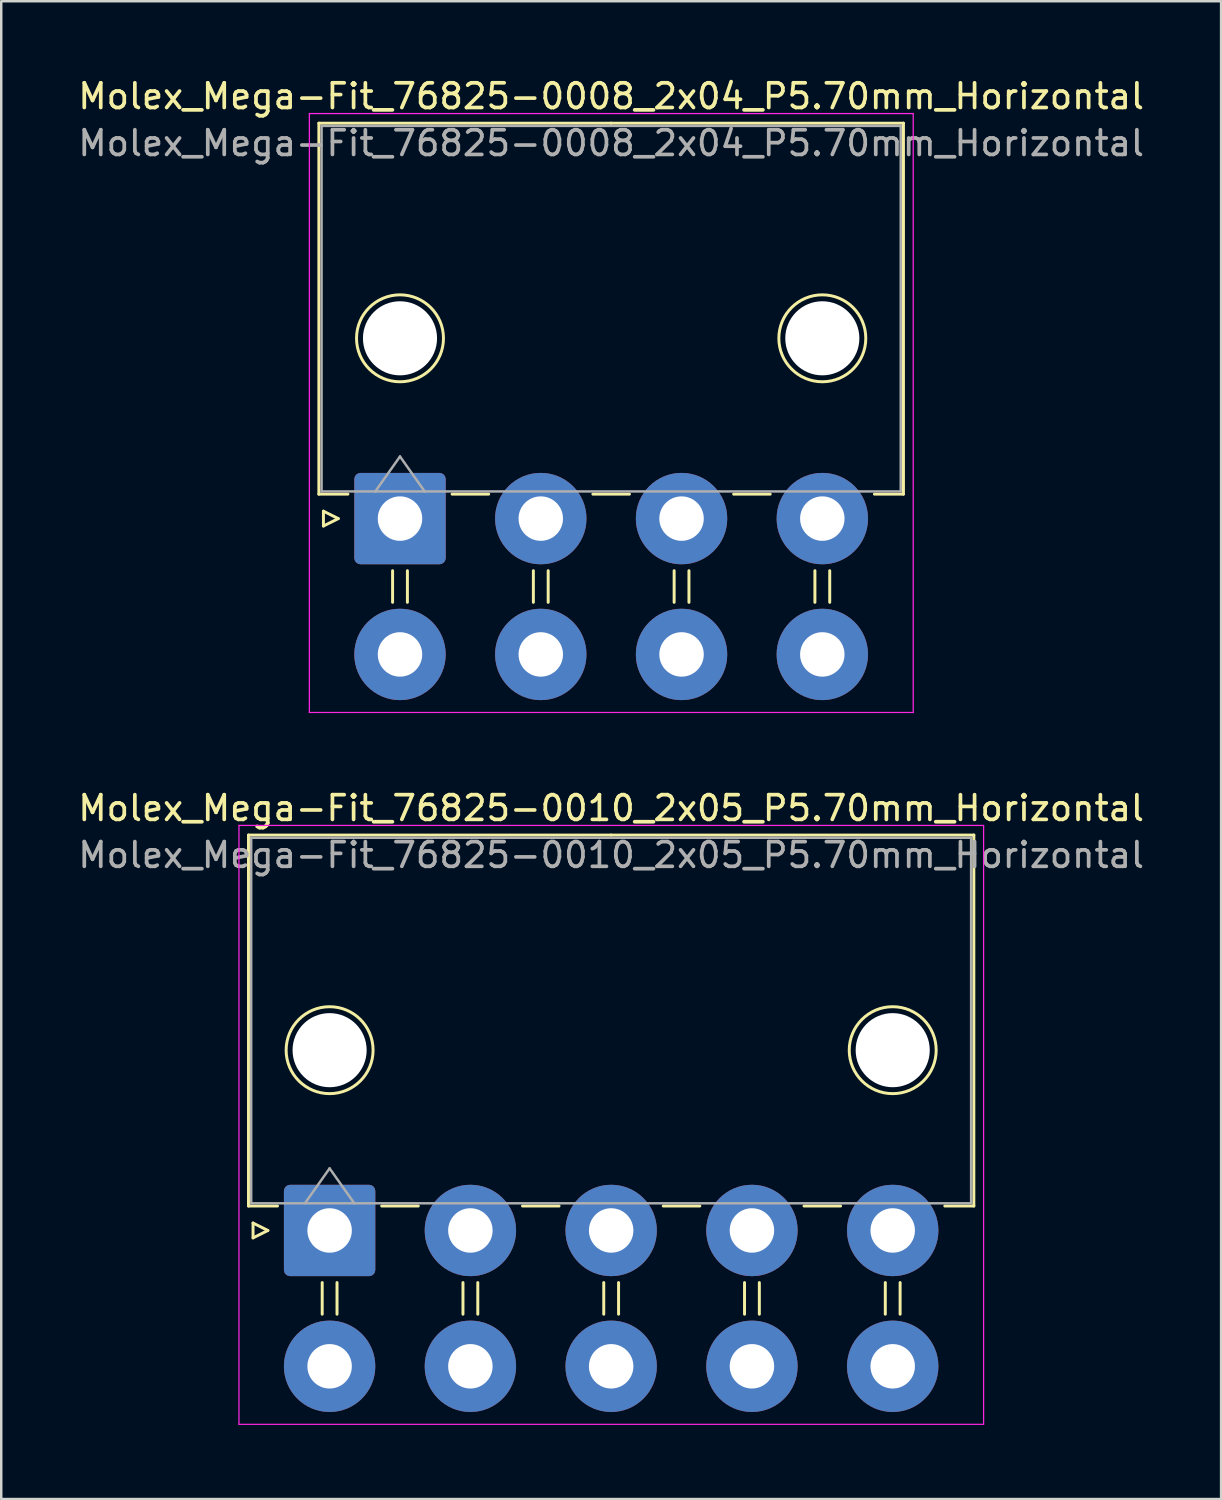
<source format=kicad_pcb>
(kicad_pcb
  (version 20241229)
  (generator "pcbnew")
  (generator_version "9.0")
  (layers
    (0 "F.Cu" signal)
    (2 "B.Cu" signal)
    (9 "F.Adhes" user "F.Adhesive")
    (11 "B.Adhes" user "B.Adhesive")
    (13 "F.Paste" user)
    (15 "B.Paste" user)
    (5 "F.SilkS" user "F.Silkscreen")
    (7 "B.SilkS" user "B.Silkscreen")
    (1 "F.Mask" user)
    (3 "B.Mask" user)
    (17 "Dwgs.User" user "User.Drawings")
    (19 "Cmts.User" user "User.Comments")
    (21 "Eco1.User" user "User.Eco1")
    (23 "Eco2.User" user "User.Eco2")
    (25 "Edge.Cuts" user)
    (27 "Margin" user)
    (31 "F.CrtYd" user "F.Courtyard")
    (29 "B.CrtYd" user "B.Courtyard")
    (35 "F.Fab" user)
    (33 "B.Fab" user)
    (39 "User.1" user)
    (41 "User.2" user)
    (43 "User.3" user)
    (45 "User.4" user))
  (footprint "Molex_Mega-Fit_76825-0008_2x04_P5.70mm_Horizontal"
    (layer "F.Cu")
    (at 13.146 17.948)
    (property "Reference" "Molex_Mega-Fit_76825-0008_2x04_P5.70mm_Horizontal" (at 8.55 -17.1 0) (layer "F.SilkS") (effects (font (size 1 1) (thickness 0.15))))
    (attr through_hole)
    (fp_line (start -3.285 -16.01) (end -3.285 -0.99) (stroke (width 0.12) (type solid)) (layer "F.SilkS"))
    (fp_line (start -3.285 -0.99) (end -2.11 -0.99) (stroke (width 0.12) (type solid)) (layer "F.SilkS"))
    (fp_line (start -3.1 -0.3) (end -2.5 0) (stroke (width 0.12) (type solid)) (layer "F.SilkS"))
    (fp_line (start -3.1 0.3) (end -3.1 -0.3) (stroke (width 0.12) (type solid)) (layer "F.SilkS"))
    (fp_line (start -2.5 0) (end -3.1 0.3) (stroke (width 0.12) (type solid)) (layer "F.SilkS"))
    (fp_line (start -0.3 2.11) (end -0.3 3.39) (stroke (width 0.12) (type solid)) (layer "F.SilkS"))
    (fp_line (start 0.3 2.11) (end 0.3 3.39) (stroke (width 0.12) (type solid)) (layer "F.SilkS"))
    (fp_line (start 2.11 -0.99) (end 3.59 -0.99) (stroke (width 0.12) (type solid)) (layer "F.SilkS"))
    (fp_line (start 5.4 2.11) (end 5.4 3.39) (stroke (width 0.12) (type solid)) (layer "F.SilkS"))
    (fp_line (start 6 2.11) (end 6 3.39) (stroke (width 0.12) (type solid)) (layer "F.SilkS"))
    (fp_line (start 7.81 -0.99) (end 9.29 -0.99) (stroke (width 0.12) (type solid)) (layer "F.SilkS"))
    (fp_line (start 8.55 -16.01) (end -3.285 -16.01) (stroke (width 0.12) (type solid)) (layer "F.SilkS"))
    (fp_line (start 8.55 -16.01) (end 20.385 -16.01) (stroke (width 0.12) (type solid)) (layer "F.SilkS"))
    (fp_line (start 11.1 2.11) (end 11.1 3.39) (stroke (width 0.12) (type solid)) (layer "F.SilkS"))
    (fp_line (start 11.7 2.11) (end 11.7 3.39) (stroke (width 0.12) (type solid)) (layer "F.SilkS"))
    (fp_line (start 13.51 -0.99) (end 14.99 -0.99) (stroke (width 0.12) (type solid)) (layer "F.SilkS"))
    (fp_line (start 16.8 2.11) (end 16.8 3.39) (stroke (width 0.12) (type solid)) (layer "F.SilkS"))
    (fp_line (start 17.4 2.11) (end 17.4 3.39) (stroke (width 0.12) (type solid)) (layer "F.SilkS"))
    (fp_line (start 20.385 -16.01) (end 20.385 -0.99) (stroke (width 0.12) (type solid)) (layer "F.SilkS"))
    (fp_line (start 20.385 -0.99) (end 19.21 -0.99) (stroke (width 0.12) (type solid)) (layer "F.SilkS"))
    (fp_circle (center 0 -7.3) (end 1.76 -7.3) (stroke (width 0.12) (type solid)) (fill no) (layer "F.SilkS"))
    (fp_circle (center 17.1 -7.3) (end 18.86 -7.3) (stroke (width 0.12) (type solid)) (fill no) (layer "F.SilkS"))
    (fp_line (start -3.67 -16.4) (end -3.67 7.85) (stroke (width 0.05) (type solid)) (layer "F.CrtYd"))
    (fp_line (start -3.67 7.85) (end 20.78 7.85) (stroke (width 0.05) (type solid)) (layer "F.CrtYd"))
    (fp_line (start 20.78 -16.4) (end -3.67 -16.4) (stroke (width 0.05) (type solid)) (layer "F.CrtYd"))
    (fp_line (start 20.78 7.85) (end 20.78 -16.4) (stroke (width 0.05) (type solid)) (layer "F.CrtYd"))
    (fp_line (start -3.175 -15.9) (end -3.175 -1.1) (stroke (width 0.1) (type solid)) (layer "F.Fab"))
    (fp_line (start -3.175 -1.1) (end 20.275 -1.1) (stroke (width 0.1) (type solid)) (layer "F.Fab"))
    (fp_line (start -1 -1.1) (end 0 -2.514) (stroke (width 0.1) (type solid)) (layer "F.Fab"))
    (fp_line (start 0 -2.514) (end 1 -1.1) (stroke (width 0.1) (type solid)) (layer "F.Fab"))
    (fp_line (start 20.275 -15.9) (end -3.175 -15.9) (stroke (width 0.1) (type solid)) (layer "F.Fab"))
    (fp_line (start 20.275 -1.1) (end 20.275 -15.9) (stroke (width 0.1) (type solid)) (layer "F.Fab"))
    (fp_text user "${REFERENCE}" (at 8.55 -15.2 0) (layer "F.Fab") (effects (font (size 1 1) (thickness 0.15))))
    (pad "" np_thru_hole circle (at 0 -7.3) (size 3 3) (drill 3) (layers "*.Cu" "*.Mask"))
    (pad "" np_thru_hole circle (at 17.1 -7.3) (size 3 3) (drill 3) (layers "*.Cu" "*.Mask"))
    (pad "1" thru_hole roundrect (at 0 0) (size 3.7 3.7) (drill 1.8) (layers "*.Cu" "*.Mask") (roundrect_rratio 0.068))
    (pad "2" thru_hole circle (at 5.7 0) (size 3.7 3.7) (drill 1.8) (layers "*.Cu" "*.Mask"))
    (pad "3" thru_hole circle (at 11.4 0) (size 3.7 3.7) (drill 1.8) (layers "*.Cu" "*.Mask"))
    (pad "4" thru_hole circle (at 17.1 0) (size 3.7 3.7) (drill 1.8) (layers "*.Cu" "*.Mask"))
    (pad "5" thru_hole circle (at 0 5.5) (size 3.7 3.7) (drill 1.8) (layers "*.Cu" "*.Mask"))
    (pad "6" thru_hole circle (at 5.7 5.5) (size 3.7 3.7) (drill 1.8) (layers "*.Cu" "*.Mask"))
    (pad "7" thru_hole circle (at 11.4 5.5) (size 3.7 3.7) (drill 1.8) (layers "*.Cu" "*.Mask"))
    (pad "8" thru_hole circle (at 17.1 5.5) (size 3.7 3.7) (drill 1.8) (layers "*.Cu" "*.Mask")))
  (footprint "Molex_Mega-Fit_76825-0010_2x05_P5.70mm_Horizontal"
    (layer "F.Cu")
    (at 10.296 46.772)
    (property "Reference" "Molex_Mega-Fit_76825-0010_2x05_P5.70mm_Horizontal" (at 11.4 -17.1 0) (layer "F.SilkS") (effects (font (size 1 1) (thickness 0.15))))
    (attr through_hole)
    (fp_line (start -3.285 -16.01) (end -3.285 -0.99) (stroke (width 0.12) (type solid)) (layer "F.SilkS"))
    (fp_line (start -3.285 -0.99) (end -2.11 -0.99) (stroke (width 0.12) (type solid)) (layer "F.SilkS"))
    (fp_line (start -3.1 -0.3) (end -2.5 0) (stroke (width 0.12) (type solid)) (layer "F.SilkS"))
    (fp_line (start -3.1 0.3) (end -3.1 -0.3) (stroke (width 0.12) (type solid)) (layer "F.SilkS"))
    (fp_line (start -2.5 0) (end -3.1 0.3) (stroke (width 0.12) (type solid)) (layer "F.SilkS"))
    (fp_line (start -0.3 2.11) (end -0.3 3.39) (stroke (width 0.12) (type solid)) (layer "F.SilkS"))
    (fp_line (start 0.3 2.11) (end 0.3 3.39) (stroke (width 0.12) (type solid)) (layer "F.SilkS"))
    (fp_line (start 2.11 -0.99) (end 3.59 -0.99) (stroke (width 0.12) (type solid)) (layer "F.SilkS"))
    (fp_line (start 5.4 2.11) (end 5.4 3.39) (stroke (width 0.12) (type solid)) (layer "F.SilkS"))
    (fp_line (start 6 2.11) (end 6 3.39) (stroke (width 0.12) (type solid)) (layer "F.SilkS"))
    (fp_line (start 7.81 -0.99) (end 9.29 -0.99) (stroke (width 0.12) (type solid)) (layer "F.SilkS"))
    (fp_line (start 11.1 2.11) (end 11.1 3.39) (stroke (width 0.12) (type solid)) (layer "F.SilkS"))
    (fp_line (start 11.4 -16.01) (end -3.285 -16.01) (stroke (width 0.12) (type solid)) (layer "F.SilkS"))
    (fp_line (start 11.4 -16.01) (end 26.085 -16.01) (stroke (width 0.12) (type solid)) (layer "F.SilkS"))
    (fp_line (start 11.7 2.11) (end 11.7 3.39) (stroke (width 0.12) (type solid)) (layer "F.SilkS"))
    (fp_line (start 13.51 -0.99) (end 14.99 -0.99) (stroke (width 0.12) (type solid)) (layer "F.SilkS"))
    (fp_line (start 16.8 2.11) (end 16.8 3.39) (stroke (width 0.12) (type solid)) (layer "F.SilkS"))
    (fp_line (start 17.4 2.11) (end 17.4 3.39) (stroke (width 0.12) (type solid)) (layer "F.SilkS"))
    (fp_line (start 19.21 -0.99) (end 20.69 -0.99) (stroke (width 0.12) (type solid)) (layer "F.SilkS"))
    (fp_line (start 22.5 2.11) (end 22.5 3.39) (stroke (width 0.12) (type solid)) (layer "F.SilkS"))
    (fp_line (start 23.1 2.11) (end 23.1 3.39) (stroke (width 0.12) (type solid)) (layer "F.SilkS"))
    (fp_line (start 26.085 -16.01) (end 26.085 -0.99) (stroke (width 0.12) (type solid)) (layer "F.SilkS"))
    (fp_line (start 26.085 -0.99) (end 24.91 -0.99) (stroke (width 0.12) (type solid)) (layer "F.SilkS"))
    (fp_circle (center 0 -7.3) (end 1.76 -7.3) (stroke (width 0.12) (type solid)) (fill no) (layer "F.SilkS"))
    (fp_circle (center 22.8 -7.3) (end 24.56 -7.3) (stroke (width 0.12) (type solid)) (fill no) (layer "F.SilkS"))
    (fp_line (start -3.67 -16.4) (end -3.67 7.85) (stroke (width 0.05) (type solid)) (layer "F.CrtYd"))
    (fp_line (start -3.67 7.85) (end 26.48 7.85) (stroke (width 0.05) (type solid)) (layer "F.CrtYd"))
    (fp_line (start 26.48 -16.4) (end -3.67 -16.4) (stroke (width 0.05) (type solid)) (layer "F.CrtYd"))
    (fp_line (start 26.48 7.85) (end 26.48 -16.4) (stroke (width 0.05) (type solid)) (layer "F.CrtYd"))
    (fp_line (start -3.175 -15.9) (end -3.175 -1.1) (stroke (width 0.1) (type solid)) (layer "F.Fab"))
    (fp_line (start -3.175 -1.1) (end 25.975 -1.1) (stroke (width 0.1) (type solid)) (layer "F.Fab"))
    (fp_line (start -1 -1.1) (end 0 -2.514) (stroke (width 0.1) (type solid)) (layer "F.Fab"))
    (fp_line (start 0 -2.514) (end 1 -1.1) (stroke (width 0.1) (type solid)) (layer "F.Fab"))
    (fp_line (start 25.975 -15.9) (end -3.175 -15.9) (stroke (width 0.1) (type solid)) (layer "F.Fab"))
    (fp_line (start 25.975 -1.1) (end 25.975 -15.9) (stroke (width 0.1) (type solid)) (layer "F.Fab"))
    (fp_text user "${REFERENCE}" (at 11.4 -15.2 0) (layer "F.Fab") (effects (font (size 1 1) (thickness 0.15))))
    (pad "" np_thru_hole circle (at 0 -7.3) (size 3 3) (drill 3) (layers "*.Cu" "*.Mask"))
    (pad "" np_thru_hole circle (at 22.8 -7.3) (size 3 3) (drill 3) (layers "*.Cu" "*.Mask"))
    (pad "1" thru_hole roundrect (at 0 0) (size 3.7 3.7) (drill 1.8) (layers "*.Cu" "*.Mask") (roundrect_rratio 0.068))
    (pad "2" thru_hole circle (at 5.7 0) (size 3.7 3.7) (drill 1.8) (layers "*.Cu" "*.Mask"))
    (pad "3" thru_hole circle (at 11.4 0) (size 3.7 3.7) (drill 1.8) (layers "*.Cu" "*.Mask"))
    (pad "4" thru_hole circle (at 17.1 0) (size 3.7 3.7) (drill 1.8) (layers "*.Cu" "*.Mask"))
    (pad "5" thru_hole circle (at 22.8 0) (size 3.7 3.7) (drill 1.8) (layers "*.Cu" "*.Mask"))
    (pad "6" thru_hole circle (at 0 5.5) (size 3.7 3.7) (drill 1.8) (layers "*.Cu" "*.Mask"))
    (pad "7" thru_hole circle (at 5.7 5.5) (size 3.7 3.7) (drill 1.8) (layers "*.Cu" "*.Mask"))
    (pad "8" thru_hole circle (at 11.4 5.5) (size 3.7 3.7) (drill 1.8) (layers "*.Cu" "*.Mask"))
    (pad "9" thru_hole circle (at 17.1 5.5) (size 3.7 3.7) (drill 1.8) (layers "*.Cu" "*.Mask"))
    (pad "10" thru_hole circle (at 22.8 5.5) (size 3.7 3.7) (drill 1.8) (layers "*.Cu" "*.Mask")))
  (gr_rect
    (start -3 -3)
    (end 46.393 57.647)
    (stroke (width 0.1) (type default))
    (fill no)
    (layer "Edge.Cuts")))
</source>
